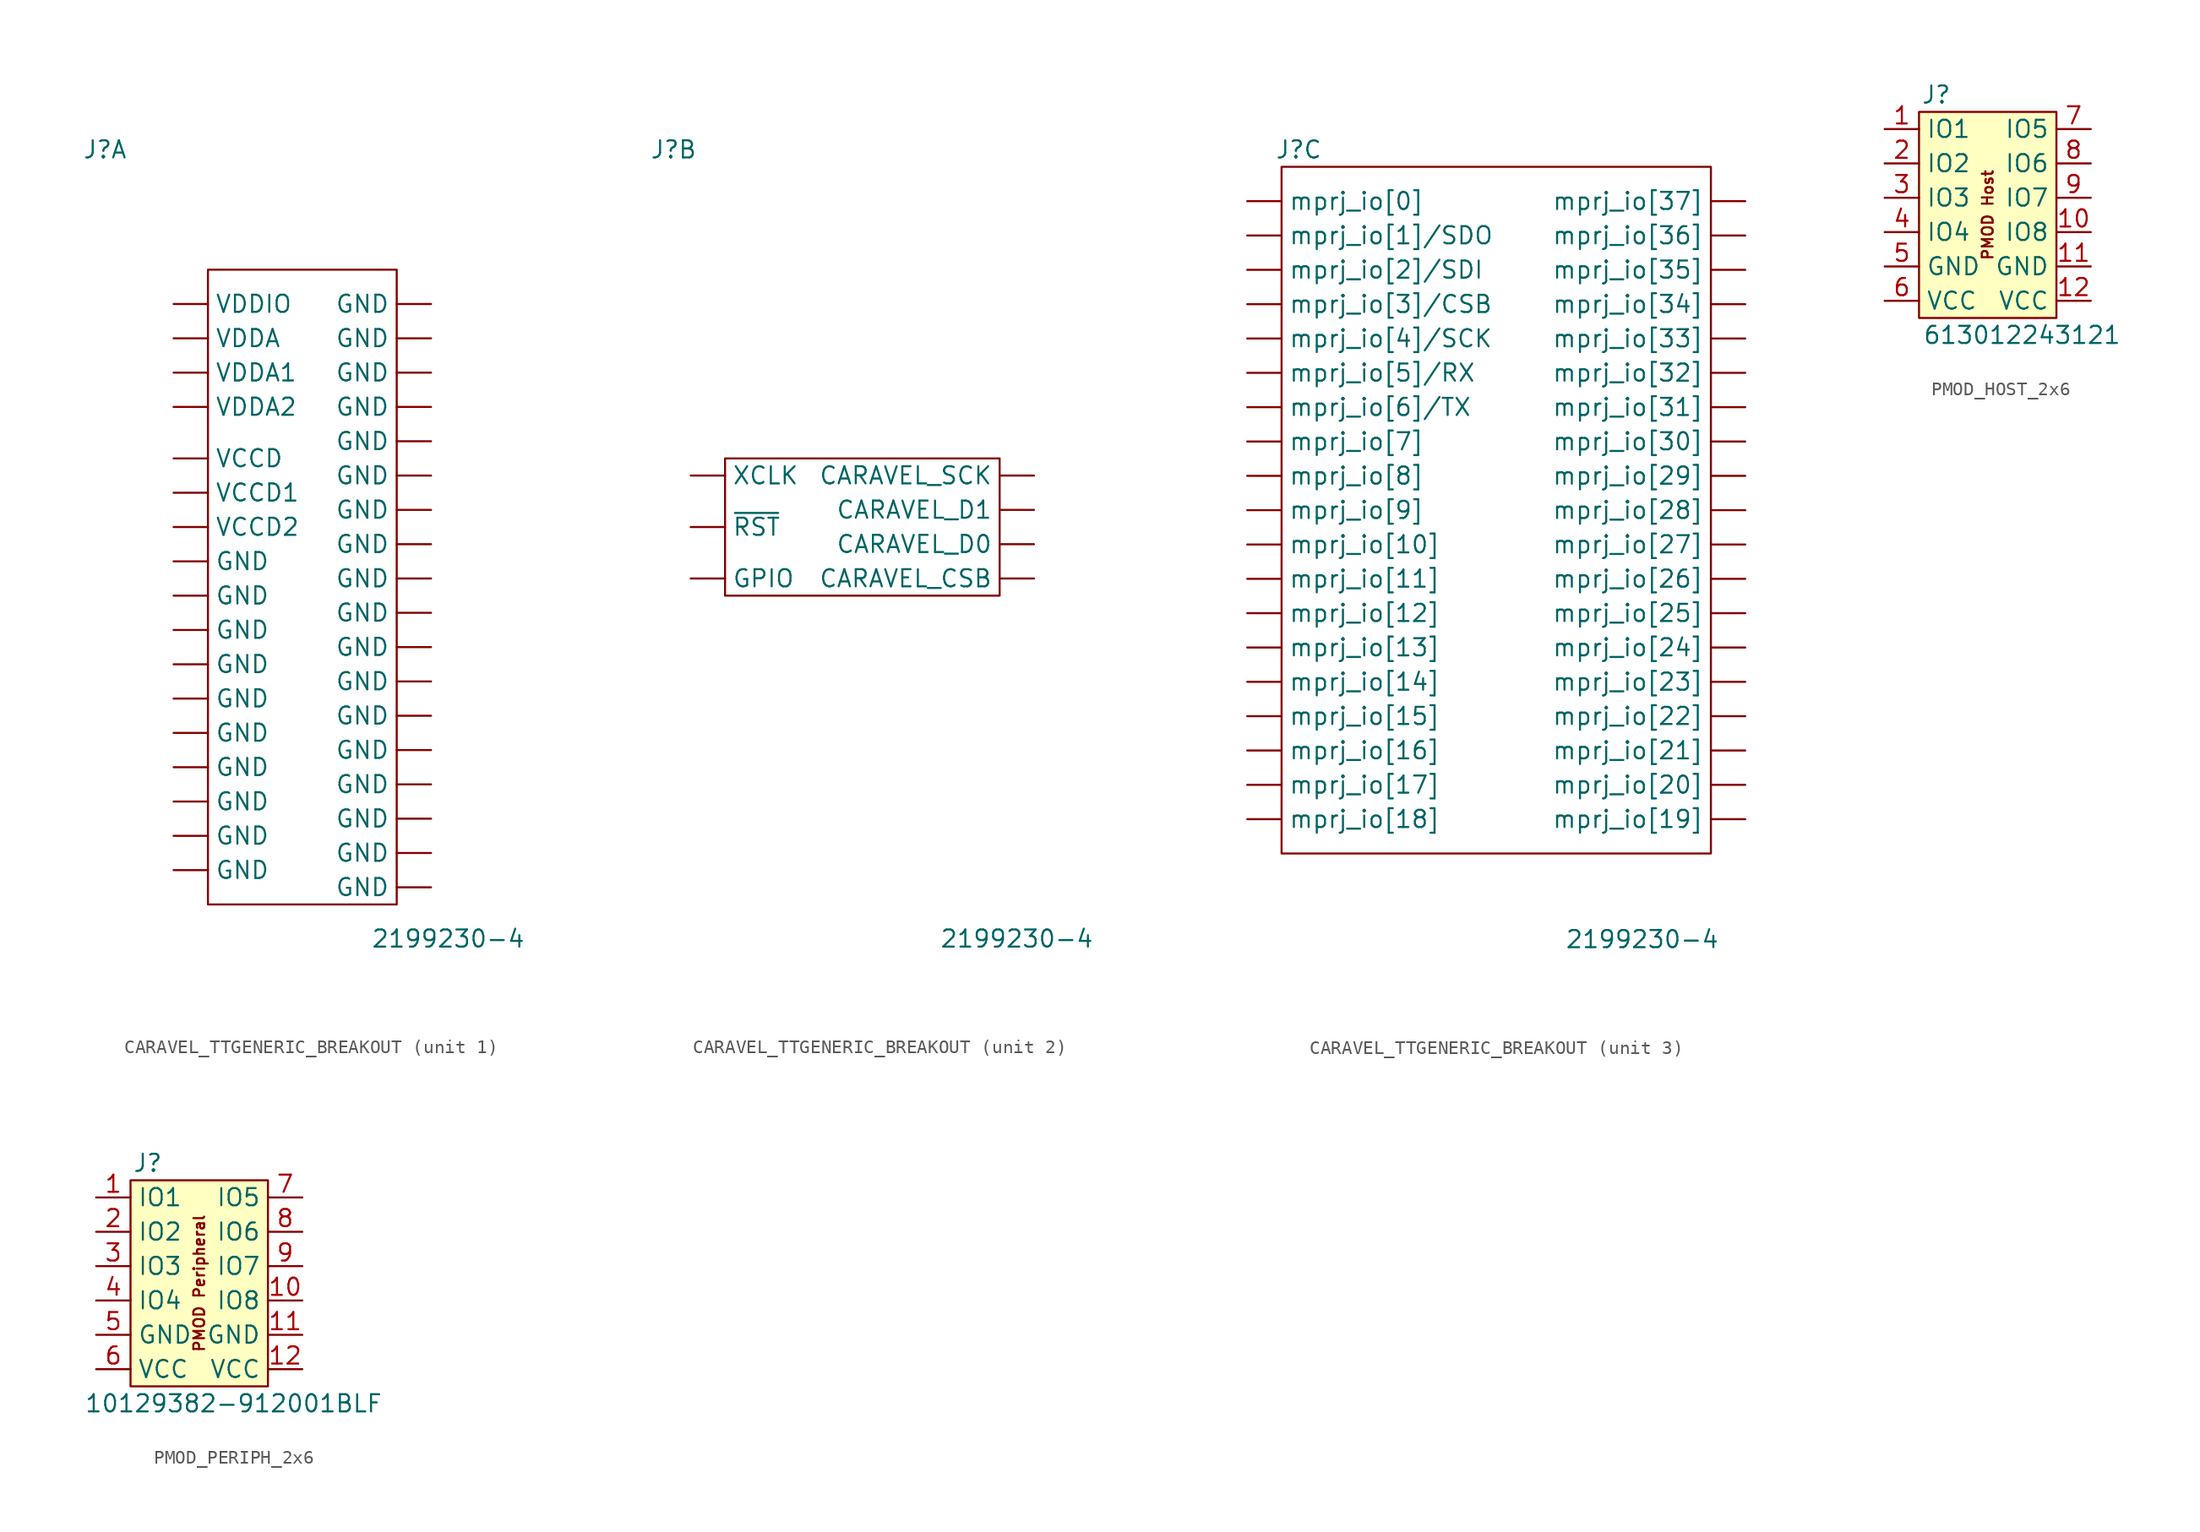
<source format=kicad_sym>
(kicad_symbol_lib
  (version 20220914)
  (generator kicad_symbol_editor)
  (symbol "CARAVEL_TTGENERIC_BREAKOUT"
    (pin_numbers hide)
    (property "Reference" "J"
      (at -15.24 25.4 0)
      (effects (font (size 1.27 1.27))))
    (property "Value" "2199230-4"
      (at 10.16 -33.02 0)
      (effects (font (size 1.27 1.27))))
    (property "ki_locked" ""
      (at 0 0 0)
      (effects (font (size 1.27 1.27))))
    (symbol "CARAVEL_TTGENERIC_BREAKOUT_1_1"
      (rectangle (start -7.62 16.51) (end 6.35 -30.48) (stroke (width 0) (type default)) (fill (type none)))
      (pin power_in line (at 8.89 13.97 180) (length 2.54) (name "GND" (effects (font (size 1.27 1.27)))) (number "A1" (effects (font (size 1.27 1.27)))))
      (pin power_in line (at 8.89 1.27 180) (length 2.54) (name "GND" (effects (font (size 1.27 1.27)))) (number "A10" (effects (font (size 1.27 1.27)))))
      (pin power_in line (at 8.89 -1.27 180) (length 2.54) (name "GND" (effects (font (size 1.27 1.27)))) (number "A19" (effects (font (size 1.27 1.27)))))
      (pin power_in line (at -10.16 13.97 0) (length 2.54) (name "VDDIO" (effects (font (size 1.27 1.27)))) (number "A2" (effects (font (size 1.27 1.27)))))
      (pin power_in line (at 8.89 -3.81 180) (length 2.54) (name "GND" (effects (font (size 1.27 1.27)))) (number "A20" (effects (font (size 1.27 1.27)))))
      (pin power_in line (at 8.89 -6.35 180) (length 2.54) (name "GND" (effects (font (size 1.27 1.27)))) (number "A21" (effects (font (size 1.27 1.27)))))
      (pin power_in line (at 8.89 -8.89 180) (length 2.54) (name "GND" (effects (font (size 1.27 1.27)))) (number "A27" (effects (font (size 1.27 1.27)))))
      (pin power_in line (at 8.89 -11.43 180) (length 2.54) (name "GND" (effects (font (size 1.27 1.27)))) (number "A28" (effects (font (size 1.27 1.27)))))
      (pin power_in line (at 8.89 -13.97 180) (length 2.54) (name "GND" (effects (font (size 1.27 1.27)))) (number "A29" (effects (font (size 1.27 1.27)))))
      (pin power_in line (at 8.89 11.43 180) (length 2.54) (name "GND" (effects (font (size 1.27 1.27)))) (number "A3" (effects (font (size 1.27 1.27)))))
      (pin power_in line (at -10.16 11.43 0) (length 2.54) (name "VDDA" (effects (font (size 1.27 1.27)))) (number "A30" (effects (font (size 1.27 1.27)))))
      (pin power_in line (at 8.89 -16.51 180) (length 2.54) (name "GND" (effects (font (size 1.27 1.27)))) (number "A31" (effects (font (size 1.27 1.27)))))
      (pin power_in line (at -10.16 6.35 0) (length 2.54) (name "VDDA2" (effects (font (size 1.27 1.27)))) (number "A32" (effects (font (size 1.27 1.27)))))
      (pin power_in line (at 8.89 -19.05 180) (length 2.54) (name "GND" (effects (font (size 1.27 1.27)))) (number "A33" (effects (font (size 1.27 1.27)))))
      (pin power_in line (at -10.16 2.54 0) (length 2.54) (name "VCCD" (effects (font (size 1.27 1.27)))) (number "A34" (effects (font (size 1.27 1.27)))))
      (pin power_in line (at 8.89 -21.59 180) (length 2.54) (name "GND" (effects (font (size 1.27 1.27)))) (number "A35" (effects (font (size 1.27 1.27)))))
      (pin power_in line (at 8.89 -24.13 180) (length 2.54) (name "GND" (effects (font (size 1.27 1.27)))) (number "A36" (effects (font (size 1.27 1.27)))))
      (pin power_in line (at 8.89 -26.67 180) (length 2.54) (name "GND" (effects (font (size 1.27 1.27)))) (number "A39" (effects (font (size 1.27 1.27)))))
      (pin power_in line (at -10.16 -2.54 0) (length 2.54) (name "VCCD2" (effects (font (size 1.27 1.27)))) (number "A4" (effects (font (size 1.27 1.27)))))
      (pin power_in line (at 8.89 -29.21 180) (length 2.54) (name "GND" (effects (font (size 1.27 1.27)))) (number "A40" (effects (font (size 1.27 1.27)))))
      (pin power_in line (at 8.89 8.89 180) (length 2.54) (name "GND" (effects (font (size 1.27 1.27)))) (number "A5" (effects (font (size 1.27 1.27)))))
      (pin power_in line (at -10.16 8.89 0) (length 2.54) (name "VDDA1" (effects (font (size 1.27 1.27)))) (number "A6" (effects (font (size 1.27 1.27)))))
      (pin power_in line (at 8.89 6.35 180) (length 2.54) (name "GND" (effects (font (size 1.27 1.27)))) (number "A7" (effects (font (size 1.27 1.27)))))
      (pin power_in line (at -10.16 0 0) (length 2.54) (name "VCCD1" (effects (font (size 1.27 1.27)))) (number "A8" (effects (font (size 1.27 1.27)))))
      (pin power_in line (at 8.89 3.81 180) (length 2.54) (name "GND" (effects (font (size 1.27 1.27)))) (number "A9" (effects (font (size 1.27 1.27)))))
      (pin power_in line (at -10.16 -5.08 0) (length 2.54) (name "GND" (effects (font (size 1.27 1.27)))) (number "B1" (effects (font (size 1.27 1.27)))))
      (pin power_in line (at -10.16 -10.16 0) (length 2.54) (name "GND" (effects (font (size 1.27 1.27)))) (number "B11" (effects (font (size 1.27 1.27)))))
      (pin power_in line (at -10.16 -12.7 0) (length 2.54) (name "GND" (effects (font (size 1.27 1.27)))) (number "B12" (effects (font (size 1.27 1.27)))))
      (pin power_in line (at -10.16 -7.62 0) (length 2.54) (name "GND" (effects (font (size 1.27 1.27)))) (number "B2" (effects (font (size 1.27 1.27)))))
      (pin power_in line (at -10.16 -15.24 0) (length 2.54) (name "GND" (effects (font (size 1.27 1.27)))) (number "B21" (effects (font (size 1.27 1.27)))))
      (pin power_in line (at -10.16 -17.78 0) (length 2.54) (name "GND" (effects (font (size 1.27 1.27)))) (number "B22" (effects (font (size 1.27 1.27)))))
      (pin power_in line (at -10.16 -20.32 0) (length 2.54) (name "GND" (effects (font (size 1.27 1.27)))) (number "B31" (effects (font (size 1.27 1.27)))))
      (pin power_in line (at -10.16 -22.86 0) (length 2.54) (name "GND" (effects (font (size 1.27 1.27)))) (number "B32" (effects (font (size 1.27 1.27)))))
      (pin power_in line (at -10.16 -25.4 0) (length 2.54) (name "GND" (effects (font (size 1.27 1.27)))) (number "B39" (effects (font (size 1.27 1.27)))))
      (pin power_in line (at -10.16 -27.94 0) (length 2.54) (name "GND" (effects (font (size 1.27 1.27)))) (number "B40" (effects (font (size 1.27 1.27))))))
    (symbol "CARAVEL_TTGENERIC_BREAKOUT_2_1"
      (rectangle (start -11.43 2.54) (end 8.89 -7.62) (stroke (width 0) (type default)) (fill (type none)))
      (pin input line (at -13.97 -6.35 0) (length 2.54) (name "GPIO" (effects (font (size 1.27 1.27)))) (number "A22" (effects (font (size 1.27 1.27)))))
      (pin input line (at 11.43 1.27 180) (length 2.54) (name "CARAVEL_SCK" (effects (font (size 1.27 1.27)))) (number "A23" (effects (font (size 1.27 1.27)))))
      (pin bidirectional line (at 11.43 -1.27 180) (length 2.54) (name "CARAVEL_D1" (effects (font (size 1.27 1.27)))) (number "A24" (effects (font (size 1.27 1.27)))))
      (pin bidirectional line (at 11.43 -3.81 180) (length 2.54) (name "CARAVEL_D0" (effects (font (size 1.27 1.27)))) (number "A25" (effects (font (size 1.27 1.27)))))
      (pin input line (at 11.43 -6.35 180) (length 2.54) (name "CARAVEL_CSB" (effects (font (size 1.27 1.27)))) (number "A26" (effects (font (size 1.27 1.27)))))
      (pin input line (at -13.97 -2.54 0) (length 2.54) (name "~{RST}" (effects (font (size 1.27 1.27)))) (number "A37" (effects (font (size 1.27 1.27)))))
      (pin input line (at -13.97 1.27 0) (length 2.54) (name "XCLK" (effects (font (size 1.27 1.27)))) (number "A38" (effects (font (size 1.27 1.27))))))
    (symbol "CARAVEL_TTGENERIC_BREAKOUT_3_1"
      (rectangle (start -16.51 24.13) (end 15.24 -26.67) (stroke (width 0) (type default)) (fill (type none)))
      (pin bidirectional line (at -19.05 3.81 0) (length 2.54) (name "mprj_io[7]" (effects (font (size 1.27 1.27)))) (number "A11" (effects (font (size 1.27 1.27)))))
      (pin bidirectional line (at -19.05 6.35 0) (length 2.54) (name "mprj_io[6]/TX" (effects (font (size 1.27 1.27)))) (number "A12" (effects (font (size 1.27 1.27)))))
      (pin bidirectional line (at -19.05 8.89 0) (length 2.54) (name "mprj_io[5]/RX" (effects (font (size 1.27 1.27)))) (number "A13" (effects (font (size 1.27 1.27)))))
      (pin bidirectional line (at -19.05 11.43 0) (length 2.54) (name "mprj_io[4]/SCK" (effects (font (size 1.27 1.27)))) (number "A14" (effects (font (size 1.27 1.27)))))
      (pin bidirectional line (at -19.05 13.97 0) (length 2.54) (name "mprj_io[3]/CSB" (effects (font (size 1.27 1.27)))) (number "A15" (effects (font (size 1.27 1.27)))))
      (pin bidirectional line (at -19.05 16.51 0) (length 2.54) (name "mprj_io[2]/SDI" (effects (font (size 1.27 1.27)))) (number "A16" (effects (font (size 1.27 1.27)))))
      (pin bidirectional line (at -19.05 19.05 0) (length 2.54) (name "mprj_io[1]/SDO" (effects (font (size 1.27 1.27)))) (number "A17" (effects (font (size 1.27 1.27)))))
      (pin bidirectional line (at -19.05 21.59 0) (length 2.54) (name "mprj_io[0]" (effects (font (size 1.27 1.27)))) (number "A18" (effects (font (size 1.27 1.27)))))
      (pin bidirectional line (at -19.05 -13.97 0) (length 2.54) (name "mprj_io[14]" (effects (font (size 1.27 1.27)))) (number "B10" (effects (font (size 1.27 1.27)))))
      (pin bidirectional line (at -19.05 -21.59 0) (length 2.54) (name "mprj_io[17]" (effects (font (size 1.27 1.27)))) (number "B13" (effects (font (size 1.27 1.27)))))
      (pin bidirectional line (at -19.05 -19.05 0) (length 2.54) (name "mprj_io[16]" (effects (font (size 1.27 1.27)))) (number "B14" (effects (font (size 1.27 1.27)))))
      (pin bidirectional line (at 17.78 -24.13 180) (length 2.54) (name "mprj_io[19]" (effects (font (size 1.27 1.27)))) (number "B15" (effects (font (size 1.27 1.27)))))
      (pin bidirectional line (at -19.05 -24.13 0) (length 2.54) (name "mprj_io[18]" (effects (font (size 1.27 1.27)))) (number "B16" (effects (font (size 1.27 1.27)))))
      (pin bidirectional line (at 17.78 -19.05 180) (length 2.54) (name "mprj_io[21]" (effects (font (size 1.27 1.27)))) (number "B17" (effects (font (size 1.27 1.27)))))
      (pin bidirectional line (at 17.78 -21.59 180) (length 2.54) (name "mprj_io[20]" (effects (font (size 1.27 1.27)))) (number "B18" (effects (font (size 1.27 1.27)))))
      (pin bidirectional line (at 17.78 -13.97 180) (length 2.54) (name "mprj_io[23]" (effects (font (size 1.27 1.27)))) (number "B19" (effects (font (size 1.27 1.27)))))
      (pin bidirectional line (at 17.78 -16.51 180) (length 2.54) (name "mprj_io[22]" (effects (font (size 1.27 1.27)))) (number "B20" (effects (font (size 1.27 1.27)))))
      (pin bidirectional line (at 17.78 -8.89 180) (length 2.54) (name "mprj_io[25]" (effects (font (size 1.27 1.27)))) (number "B23" (effects (font (size 1.27 1.27)))))
      (pin bidirectional line (at 17.78 -11.43 180) (length 2.54) (name "mprj_io[24]" (effects (font (size 1.27 1.27)))) (number "B24" (effects (font (size 1.27 1.27)))))
      (pin bidirectional line (at 17.78 -3.81 180) (length 2.54) (name "mprj_io[27]" (effects (font (size 1.27 1.27)))) (number "B25" (effects (font (size 1.27 1.27)))))
      (pin bidirectional line (at 17.78 -6.35 180) (length 2.54) (name "mprj_io[26]" (effects (font (size 1.27 1.27)))) (number "B26" (effects (font (size 1.27 1.27)))))
      (pin bidirectional line (at 17.78 1.27 180) (length 2.54) (name "mprj_io[29]" (effects (font (size 1.27 1.27)))) (number "B27" (effects (font (size 1.27 1.27)))))
      (pin bidirectional line (at 17.78 -1.27 180) (length 2.54) (name "mprj_io[28]" (effects (font (size 1.27 1.27)))) (number "B28" (effects (font (size 1.27 1.27)))))
      (pin bidirectional line (at 17.78 6.35 180) (length 2.54) (name "mprj_io[31]" (effects (font (size 1.27 1.27)))) (number "B29" (effects (font (size 1.27 1.27)))))
      (pin bidirectional line (at -19.05 -1.27 0) (length 2.54) (name "mprj_io[9]" (effects (font (size 1.27 1.27)))) (number "B3" (effects (font (size 1.27 1.27)))))
      (pin bidirectional line (at 17.78 3.81 180) (length 2.54) (name "mprj_io[30]" (effects (font (size 1.27 1.27)))) (number "B30" (effects (font (size 1.27 1.27)))))
      (pin bidirectional line (at 17.78 11.43 180) (length 2.54) (name "mprj_io[33]" (effects (font (size 1.27 1.27)))) (number "B33" (effects (font (size 1.27 1.27)))))
      (pin bidirectional line (at 17.78 8.89 180) (length 2.54) (name "mprj_io[32]" (effects (font (size 1.27 1.27)))) (number "B34" (effects (font (size 1.27 1.27)))))
      (pin bidirectional line (at 17.78 16.51 180) (length 2.54) (name "mprj_io[35]" (effects (font (size 1.27 1.27)))) (number "B35" (effects (font (size 1.27 1.27)))))
      (pin bidirectional line (at 17.78 13.97 180) (length 2.54) (name "mprj_io[34]" (effects (font (size 1.27 1.27)))) (number "B36" (effects (font (size 1.27 1.27)))))
      (pin bidirectional line (at 17.78 21.59 180) (length 2.54) (name "mprj_io[37]" (effects (font (size 1.27 1.27)))) (number "B37" (effects (font (size 1.27 1.27)))))
      (pin bidirectional line (at 17.78 19.05 180) (length 2.54) (name "mprj_io[36]" (effects (font (size 1.27 1.27)))) (number "B38" (effects (font (size 1.27 1.27)))))
      (pin bidirectional line (at -19.05 1.27 0) (length 2.54) (name "mprj_io[8]" (effects (font (size 1.27 1.27)))) (number "B4" (effects (font (size 1.27 1.27)))))
      (pin bidirectional line (at -19.05 -6.35 0) (length 2.54) (name "mprj_io[11]" (effects (font (size 1.27 1.27)))) (number "B5" (effects (font (size 1.27 1.27)))))
      (pin bidirectional line (at -19.05 -3.81 0) (length 2.54) (name "mprj_io[10]" (effects (font (size 1.27 1.27)))) (number "B6" (effects (font (size 1.27 1.27)))))
      (pin bidirectional line (at -19.05 -11.43 0) (length 2.54) (name "mprj_io[13]" (effects (font (size 1.27 1.27)))) (number "B7" (effects (font (size 1.27 1.27)))))
      (pin bidirectional line (at -19.05 -8.89 0) (length 2.54) (name "mprj_io[12]" (effects (font (size 1.27 1.27)))) (number "B8" (effects (font (size 1.27 1.27)))))
      (pin bidirectional line (at -19.05 -16.51 0) (length 2.54) (name "mprj_io[15]" (effects (font (size 1.27 1.27)))) (number "B9" (effects (font (size 1.27 1.27)))))))
  (symbol "PMOD_HOST_2x6"
    (property "Reference" "J"
      (at -3.81 12.7 0)
      (effects (font (size 1.27 1.27))))
    (property "Value" "613012243121"
      (at 2.54 -5.08 0)
      (effects (font (size 1.27 1.27))))
    (symbol "PMOD_HOST_2x6_1_1"
      (rectangle (start -5.08 11.43) (end 5.08 -3.81) (stroke (width 0) (type default)) (fill (type background)))
      (text "PMOD Host" (at 0 3.81 900) (effects (font (size 0.8 0.8))))
      (pin bidirectional line (at -7.62 10.16 0) (length 2.54) (name "IO1" (effects (font (size 1.27 1.27)))) (number "1" (effects (font (size 1.27 1.27)))))
      (pin bidirectional line (at 7.62 2.54 180) (length 2.54) (name "IO8" (effects (font (size 1.27 1.27)))) (number "10" (effects (font (size 1.27 1.27)))))
      (pin power_in line (at 7.62 0 180) (length 2.54) (name "GND" (effects (font (size 1.27 1.27)))) (number "11" (effects (font (size 1.27 1.27)))))
      (pin power_in line (at 7.62 -2.54 180) (length 2.54) (name "VCC" (effects (font (size 1.27 1.27)))) (number "12" (effects (font (size 1.27 1.27)))))
      (pin bidirectional line (at -7.62 7.62 0) (length 2.54) (name "IO2" (effects (font (size 1.27 1.27)))) (number "2" (effects (font (size 1.27 1.27)))))
      (pin bidirectional line (at -7.62 5.08 0) (length 2.54) (name "IO3" (effects (font (size 1.27 1.27)))) (number "3" (effects (font (size 1.27 1.27)))))
      (pin bidirectional line (at -7.62 2.54 0) (length 2.54) (name "IO4" (effects (font (size 1.27 1.27)))) (number "4" (effects (font (size 1.27 1.27)))))
      (pin power_in line (at -7.62 0 0) (length 2.54) (name "GND" (effects (font (size 1.27 1.27)))) (number "5" (effects (font (size 1.27 1.27)))))
      (pin power_in line (at -7.62 -2.54 0) (length 2.54) (name "VCC" (effects (font (size 1.27 1.27)))) (number "6" (effects (font (size 1.27 1.27)))))
      (pin bidirectional line (at 7.62 10.16 180) (length 2.54) (name "IO5" (effects (font (size 1.27 1.27)))) (number "7" (effects (font (size 1.27 1.27)))))
      (pin bidirectional line (at 7.62 7.62 180) (length 2.54) (name "IO6" (effects (font (size 1.27 1.27)))) (number "8" (effects (font (size 1.27 1.27)))))
      (pin bidirectional line (at 7.62 5.08 180) (length 2.54) (name "IO7" (effects (font (size 1.27 1.27)))) (number "9" (effects (font (size 1.27 1.27)))))))
  (symbol "PMOD_PERIPH_2x6"
    (property "Reference" "J"
      (at -3.81 12.7 0)
      (effects (font (size 1.27 1.27))))
    (property "Value" "10129382-912001BLF"
      (at 2.54 -5.08 0)
      (effects (font (size 1.27 1.27))))
    (symbol "PMOD_PERIPH_2x6_1_1"
      (rectangle (start -5.08 11.43) (end 5.08 -3.81) (stroke (width 0) (type default)) (fill (type background)))
      (text "PMOD Peripheral" (at 0 3.81 900) (effects (font (size 0.8 0.8))))
      (pin bidirectional line (at -7.62 10.16 0) (length 2.54) (name "IO1" (effects (font (size 1.27 1.27)))) (number "1" (effects (font (size 1.27 1.27)))))
      (pin bidirectional line (at 7.62 2.54 180) (length 2.54) (name "IO8" (effects (font (size 1.27 1.27)))) (number "10" (effects (font (size 1.27 1.27)))))
      (pin power_in line (at 7.62 0 180) (length 2.54) (name "GND" (effects (font (size 1.27 1.27)))) (number "11" (effects (font (size 1.27 1.27)))))
      (pin power_in line (at 7.62 -2.54 180) (length 2.54) (name "VCC" (effects (font (size 1.27 1.27)))) (number "12" (effects (font (size 1.27 1.27)))))
      (pin bidirectional line (at -7.62 7.62 0) (length 2.54) (name "IO2" (effects (font (size 1.27 1.27)))) (number "2" (effects (font (size 1.27 1.27)))))
      (pin bidirectional line (at -7.62 5.08 0) (length 2.54) (name "IO3" (effects (font (size 1.27 1.27)))) (number "3" (effects (font (size 1.27 1.27)))))
      (pin bidirectional line (at -7.62 2.54 0) (length 2.54) (name "IO4" (effects (font (size 1.27 1.27)))) (number "4" (effects (font (size 1.27 1.27)))))
      (pin power_in line (at -7.62 0 0) (length 2.54) (name "GND" (effects (font (size 1.27 1.27)))) (number "5" (effects (font (size 1.27 1.27)))))
      (pin power_in line (at -7.62 -2.54 0) (length 2.54) (name "VCC" (effects (font (size 1.27 1.27)))) (number "6" (effects (font (size 1.27 1.27)))))
      (pin bidirectional line (at 7.62 10.16 180) (length 2.54) (name "IO5" (effects (font (size 1.27 1.27)))) (number "7" (effects (font (size 1.27 1.27)))))
      (pin bidirectional line (at 7.62 7.62 180) (length 2.54) (name "IO6" (effects (font (size 1.27 1.27)))) (number "8" (effects (font (size 1.27 1.27)))))
      (pin bidirectional line (at 7.62 5.08 180) (length 2.54) (name "IO7" (effects (font (size 1.27 1.27)))) (number "9" (effects (font (size 1.27 1.27))))))))
</source>
